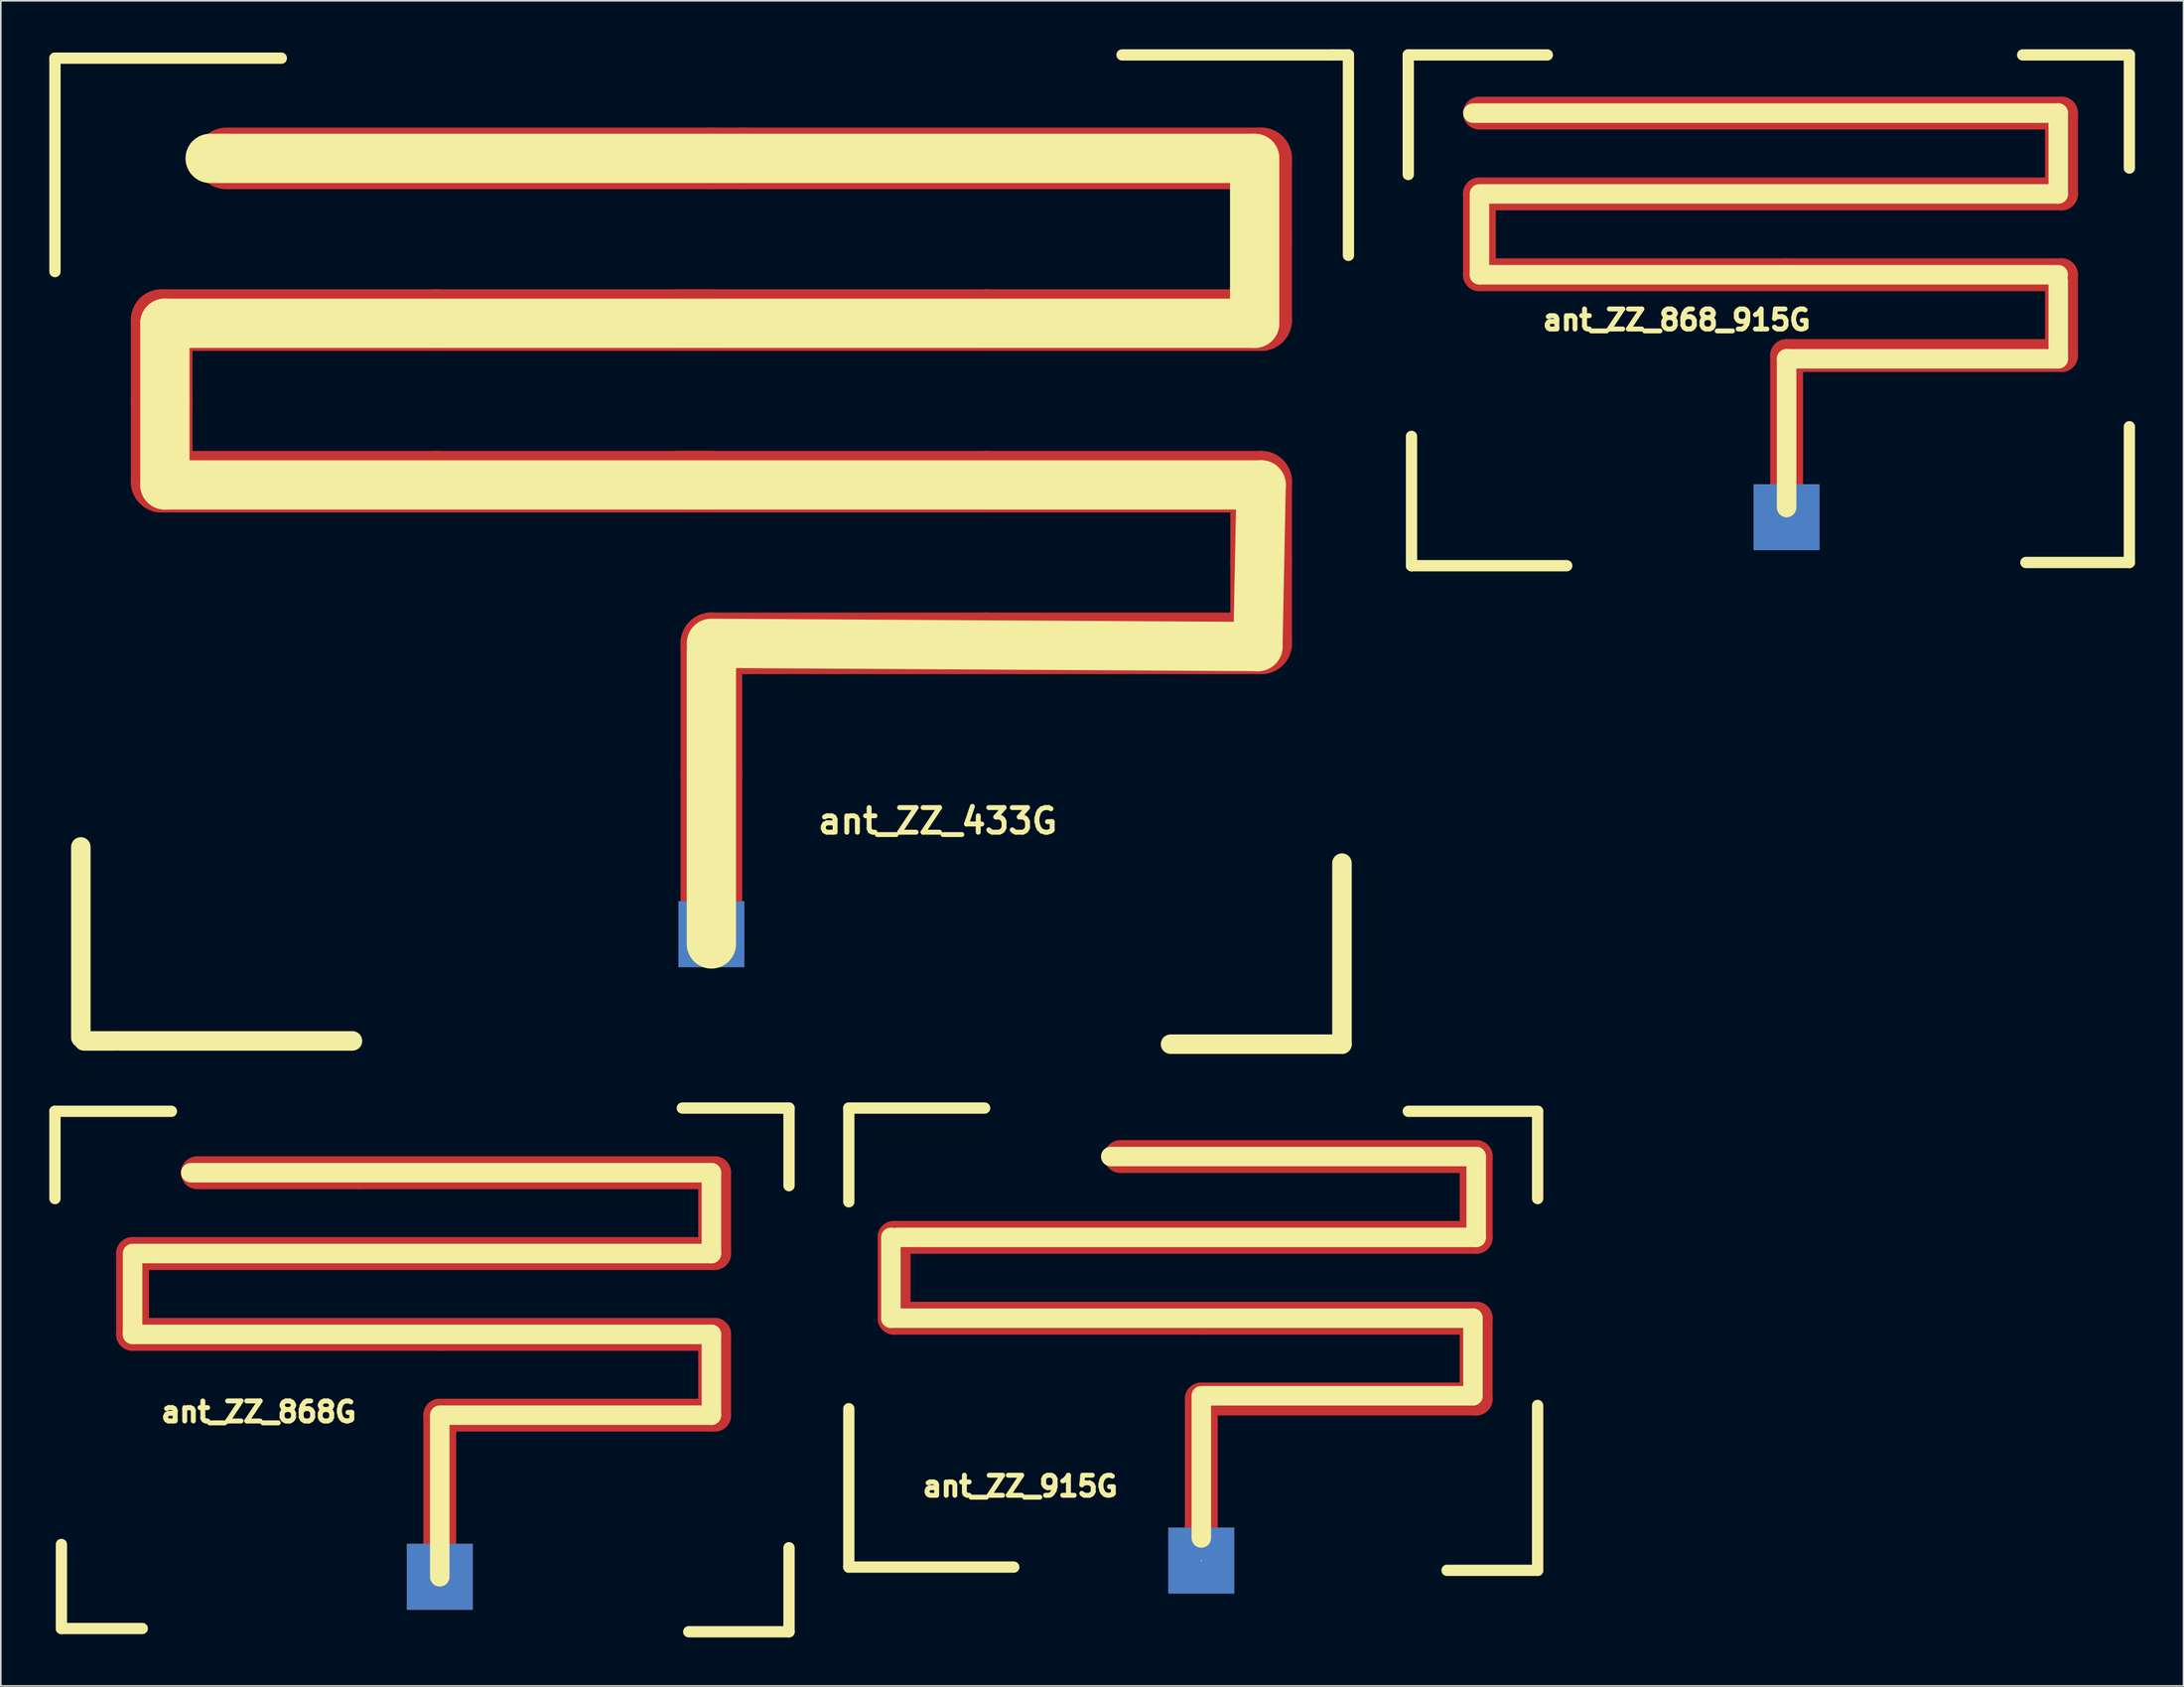
<source format=kicad_pcb>
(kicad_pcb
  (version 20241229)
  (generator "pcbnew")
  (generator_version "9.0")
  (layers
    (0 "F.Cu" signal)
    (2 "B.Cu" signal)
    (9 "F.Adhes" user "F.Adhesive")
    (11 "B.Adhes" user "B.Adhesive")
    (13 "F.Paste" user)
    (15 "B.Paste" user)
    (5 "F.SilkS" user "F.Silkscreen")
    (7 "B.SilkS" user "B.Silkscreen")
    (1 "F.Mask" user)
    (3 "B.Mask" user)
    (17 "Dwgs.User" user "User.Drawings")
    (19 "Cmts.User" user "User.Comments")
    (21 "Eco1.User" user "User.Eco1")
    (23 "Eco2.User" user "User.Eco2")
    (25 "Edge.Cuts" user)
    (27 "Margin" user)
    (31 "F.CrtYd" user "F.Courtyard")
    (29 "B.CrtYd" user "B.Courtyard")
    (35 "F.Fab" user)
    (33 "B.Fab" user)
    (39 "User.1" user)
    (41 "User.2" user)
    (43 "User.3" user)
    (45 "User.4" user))
  (footprint "ant_ZZ_915G"
    (layer "F.Cu")
    (at 71.249 91.502)
    (property "Reference" "ant_ZZ_915G" (at -11.199 -2.601 0) (layer "F.SilkS") (effects (font (size 1.24 1.24) (thickness 0.305))))
    (attr through_hole)
    (fp_line (start -18.999 -18.001) (end 17 -18.001) (stroke (width 2.032) (type solid)) (layer "F.Cu"))
    (fp_line (start -18.999 -13) (end -18.999 -18.001) (stroke (width 2.032) (type solid)) (layer "F.Cu"))
    (fp_line (start 0 -13) (end -18.999 -13) (stroke (width 2.032) (type solid)) (layer "F.Cu"))
    (fp_line (start 0 -8.001) (end 17 -8.001) (stroke (width 2.032) (type solid)) (layer "F.Cu"))
    (fp_line (start 0 0) (end 0 -8.001) (stroke (width 2.032) (type solid)) (layer "F.Cu"))
    (fp_line (start 17 -23) (end -5.001 -23) (stroke (width 2.032) (type solid)) (layer "F.Cu"))
    (fp_line (start 17 -18.001) (end 17 -23) (stroke (width 2.032) (type solid)) (layer "F.Cu"))
    (fp_line (start 17 -13) (end 0 -13) (stroke (width 2.032) (type solid)) (layer "F.Cu"))
    (fp_line (start 17 -8.001) (end 17 -13) (stroke (width 2.032) (type solid)) (layer "F.Cu"))
    (fp_line (start -21.801 -25.999) (end -13.401 -25.999) (stroke (width 0.699) (type solid)) (layer "F.SilkS"))
    (fp_line (start -21.801 -20.201) (end -21.801 -25.999) (stroke (width 0.699) (type solid)) (layer "F.SilkS"))
    (fp_line (start -21.801 2.4) (end -21.801 -7.399) (stroke (width 0.699) (type solid)) (layer "F.SilkS"))
    (fp_line (start -19.2 -18.001) (end -19.2 -13) (stroke (width 1.206) (type solid)) (layer "F.SilkS"))
    (fp_line (start -19.2 -13) (end 16.8 -13) (stroke (width 1.206) (type solid)) (layer "F.SilkS"))
    (fp_line (start -18.801 -18.001) (end -19.2 -18.001) (stroke (width 0.699) (type solid)) (layer "F.SilkS"))
    (fp_line (start -11.6 2.4) (end -21.801 2.4) (stroke (width 0.699) (type solid)) (layer "F.SilkS"))
    (fp_line (start -5.601 -23) (end 17 -23) (stroke (width 1.206) (type solid)) (layer "F.SilkS"))
    (fp_line (start 0 -8.199) (end 0 0.599) (stroke (width 1.206) (type solid)) (layer "F.SilkS"))
    (fp_line (start 0.201 -8.199) (end 0 -8.199) (stroke (width 0.699) (type solid)) (layer "F.SilkS"))
    (fp_line (start 15.199 2.601) (end 20.8 2.601) (stroke (width 0.699) (type solid)) (layer "F.SilkS"))
    (fp_line (start 16.8 -13) (end 16.8 -8.199) (stroke (width 1.206) (type solid)) (layer "F.SilkS"))
    (fp_line (start 16.8 -8.199) (end 0.201 -8.199) (stroke (width 1.206) (type solid)) (layer "F.SilkS"))
    (fp_line (start 17 -23) (end 17 -18.001) (stroke (width 1.206) (type solid)) (layer "F.SilkS"))
    (fp_line (start 17 -18.001) (end -18.801 -18.001) (stroke (width 1.206) (type solid)) (layer "F.SilkS"))
    (fp_line (start 20.8 -25.799) (end 12.799 -25.799) (stroke (width 0.699) (type solid)) (layer "F.SilkS"))
    (fp_line (start 20.8 -20.399) (end 20.8 -25.799) (stroke (width 0.699) (type solid)) (layer "F.SilkS"))
    (fp_line (start 20.8 2.601) (end 20.8 -7.6) (stroke (width 0.699) (type solid)) (layer "F.SilkS"))
    (pad "1" thru_hole rect (at 0 1.999) (size 4.079 4.079) (drill 0.061) (layers "*.Cu")))
  (footprint "ant_ZZ_433G"
    (layer "F.Cu")
    (at 40.949 52.749)
    (property "Reference" "ant_ZZ_433G" (at 14 -5.001 0) (layer "F.SilkS") (effects (font (size 1.524 1.524) (thickness 0.305))))
    (attr through_hole)
    (fp_line (start -34 -30.996) (end -34 -35.994) (stroke (width 3.81) (type solid)) (layer "F.Cu"))
    (fp_line (start -34 -25.997) (end -34 -30.996) (stroke (width 3.81) (type solid)) (layer "F.Cu"))
    (fp_line (start -33.998 -35.999) (end -16.998 -35.999) (stroke (width 3.81) (type solid)) (layer "F.Cu"))
    (fp_line (start -33.998 -25.999) (end -16.998 -25.999) (stroke (width 3.81) (type solid)) (layer "F.Cu"))
    (fp_line (start -16.998 -35.999) (end 0.003 -35.999) (stroke (width 3.81) (type solid)) (layer "F.Cu"))
    (fp_line (start -16.998 -25.999) (end 0.003 -25.999) (stroke (width 3.81) (type solid)) (layer "F.Cu"))
    (fp_line (start 0 -45.999) (end -30 -45.999) (stroke (width 3.81) (type solid)) (layer "F.Cu"))
    (fp_line (start 0 -15.999) (end 17 -15.999) (stroke (width 3.81) (type solid)) (layer "F.Cu"))
    (fp_line (start 0 -8.001) (end 0 -16.002) (stroke (width 3.81) (type solid)) (layer "F.Cu"))
    (fp_line (start 0 0) (end 0 -8.001) (stroke (width 3.81) (type solid)) (layer "F.Cu"))
    (fp_line (start 1.999 -45.999) (end 0 -45.999) (stroke (width 3.81) (type solid)) (layer "F.Cu"))
    (fp_line (start 1.999 -45.999) (end 34 -45.999) (stroke (width 3.81) (type solid)) (layer "F.Cu"))
    (fp_line (start 17 -35.999) (end -1.999 -35.999) (stroke (width 3.81) (type solid)) (layer "F.Cu"))
    (fp_line (start 17 -25.999) (end -1.999 -25.999) (stroke (width 3.81) (type solid)) (layer "F.Cu"))
    (fp_line (start 17 -15.999) (end 34 -15.999) (stroke (width 3.81) (type solid)) (layer "F.Cu"))
    (fp_line (start 34 -41.001) (end 34 -45.999) (stroke (width 3.81) (type solid)) (layer "F.Cu"))
    (fp_line (start 34 -35.999) (end 34 -40.998) (stroke (width 3.81) (type solid)) (layer "F.Cu"))
    (fp_line (start 34 -35.997) (end 17 -35.997) (stroke (width 3.81) (type solid)) (layer "F.Cu"))
    (fp_line (start 34 -25.997) (end 17 -25.997) (stroke (width 3.81) (type solid)) (layer "F.Cu"))
    (fp_line (start 34 -20.998) (end 34 -25.997) (stroke (width 3.81) (type solid)) (layer "F.Cu"))
    (fp_line (start 34 -15.999) (end 34 -20.998) (stroke (width 3.81) (type solid)) (layer "F.Cu"))
    (fp_line (start -40.599 -52.2) (end -26.599 -52.2) (stroke (width 0.699) (type solid)) (layer "F.SilkS"))
    (fp_line (start -40.599 -38.999) (end -40.599 -52.2) (stroke (width 0.699) (type solid)) (layer "F.SilkS"))
    (fp_line (start -38.999 8.4) (end -38.999 -3.401) (stroke (width 1.206) (type solid)) (layer "F.SilkS"))
    (fp_line (start -36.8 8.6) (end -38.801 8.6) (stroke (width 1.206) (type solid)) (layer "F.SilkS"))
    (fp_line (start -33.8 -35.799) (end 33.599 -35.799) (stroke (width 3.048) (type solid)) (layer "F.SilkS"))
    (fp_line (start -33.8 -25.799) (end -33.8 -35.799) (stroke (width 3.048) (type solid)) (layer "F.SilkS"))
    (fp_line (start -22.2 8.6) (end -36.599 8.6) (stroke (width 1.206) (type solid)) (layer "F.SilkS"))
    (fp_line (start 0 -15.999) (end 33.8 -15.799) (stroke (width 3.048) (type solid)) (layer "F.SilkS"))
    (fp_line (start 0 -15.601) (end 0 -15.999) (stroke (width 1.206) (type solid)) (layer "F.SilkS"))
    (fp_line (start 0 2.601) (end 0 -15.601) (stroke (width 3.048) (type solid)) (layer "F.SilkS"))
    (fp_line (start 25.4 -52.4) (end 38.4 -52.4) (stroke (width 0.699) (type solid)) (layer "F.SilkS"))
    (fp_line (start 28.4 8.801) (end 37.8 8.801) (stroke (width 1.206) (type solid)) (layer "F.SilkS"))
    (fp_line (start 33.599 -45.999) (end -31.001 -45.999) (stroke (width 3.048) (type solid)) (layer "F.SilkS"))
    (fp_line (start 33.599 -35.799) (end 33.599 -45.999) (stroke (width 3.048) (type solid)) (layer "F.SilkS"))
    (fp_line (start 33.8 -15.799) (end 34 -25.799) (stroke (width 3.048) (type solid)) (layer "F.SilkS"))
    (fp_line (start 34 -25.799) (end -33.8 -25.799) (stroke (width 3.048) (type solid)) (layer "F.SilkS"))
    (fp_line (start 37.8 8.801) (end 38.999 8.801) (stroke (width 1.206) (type solid)) (layer "F.SilkS"))
    (fp_line (start 38.4 -52.4) (end 39.4 -52.4) (stroke (width 0.699) (type solid)) (layer "F.SilkS"))
    (fp_line (start 38.999 8.801) (end 38.999 -2.4) (stroke (width 1.206) (type solid)) (layer "F.SilkS"))
    (fp_line (start 39.4 -52.4) (end 39.4 -40) (stroke (width 0.699) (type solid)) (layer "F.SilkS"))
    (pad "1" thru_hole rect (at 0 1.999) (size 4.079 4.079) (drill 0.061) (layers "*.Cu")))
  (footprint "ant_ZZ_868G"
    (layer "F.Cu")
    (at 24.149 92.503)
    (property "Reference" "ant_ZZ_868G" (at -11.199 -8.199 0) (layer "F.SilkS") (effects (font (size 1.24 1.24) (thickness 0.305))))
    (attr through_hole)
    (fp_line (start -18.999 -18.001) (end 17 -18.001) (stroke (width 2.032) (type solid)) (layer "F.Cu"))
    (fp_line (start -18.999 -13) (end -18.999 -18.001) (stroke (width 2.032) (type solid)) (layer "F.Cu"))
    (fp_line (start -5.001 -23) (end -15.001 -23) (stroke (width 2.032) (type solid)) (layer "F.Cu"))
    (fp_line (start 0 -13) (end -18.999 -13) (stroke (width 2.032) (type solid)) (layer "F.Cu"))
    (fp_line (start 0 -8.001) (end 17 -8.001) (stroke (width 2.032) (type solid)) (layer "F.Cu"))
    (fp_line (start 0 0) (end 0 -8.001) (stroke (width 2.032) (type solid)) (layer "F.Cu"))
    (fp_line (start 17 -23) (end -5.001 -23) (stroke (width 2.032) (type solid)) (layer "F.Cu"))
    (fp_line (start 17 -18.001) (end 17 -23) (stroke (width 2.032) (type solid)) (layer "F.Cu"))
    (fp_line (start 17 -13) (end 0 -13) (stroke (width 2.032) (type solid)) (layer "F.Cu"))
    (fp_line (start 17 -8.001) (end 17 -13) (stroke (width 2.032) (type solid)) (layer "F.Cu"))
    (fp_line (start -23.8 -26.8) (end -16.599 -26.8) (stroke (width 0.699) (type solid)) (layer "F.SilkS"))
    (fp_line (start -23.8 -21.399) (end -23.8 -26.8) (stroke (width 0.699) (type solid)) (layer "F.SilkS"))
    (fp_line (start -23.401 5.199) (end -23.401 0) (stroke (width 0.699) (type solid)) (layer "F.SilkS"))
    (fp_line (start -18.999 -18.001) (end 16.8 -18.001) (stroke (width 1.206) (type solid)) (layer "F.SilkS"))
    (fp_line (start -18.999 -17.8) (end -18.999 -18.001) (stroke (width 0.699) (type solid)) (layer "F.SilkS"))
    (fp_line (start -18.999 -13) (end -18.999 -17.8) (stroke (width 1.206) (type solid)) (layer "F.SilkS"))
    (fp_line (start -18.4 5.199) (end -23.401 5.199) (stroke (width 0.699) (type solid)) (layer "F.SilkS"))
    (fp_line (start 0 -8.001) (end 16.8 -8.001) (stroke (width 1.206) (type solid)) (layer "F.SilkS"))
    (fp_line (start 0 -7.8) (end 0 -8.001) (stroke (width 0.699) (type solid)) (layer "F.SilkS"))
    (fp_line (start 0 1.999) (end 0 -7.8) (stroke (width 1.206) (type solid)) (layer "F.SilkS"))
    (fp_line (start 15.001 -27) (end 21.199 -27) (stroke (width 0.699) (type solid)) (layer "F.SilkS"))
    (fp_line (start 15.4 5.4) (end 21.6 5.4) (stroke (width 0.699) (type solid)) (layer "F.SilkS"))
    (fp_line (start 16.8 -23) (end -15.4 -23) (stroke (width 1.206) (type solid)) (layer "F.SilkS"))
    (fp_line (start 16.8 -18.001) (end 16.8 -23) (stroke (width 1.206) (type solid)) (layer "F.SilkS"))
    (fp_line (start 16.8 -13) (end -18.999 -13) (stroke (width 1.206) (type solid)) (layer "F.SilkS"))
    (fp_line (start 16.8 -8.001) (end 16.8 -13) (stroke (width 1.206) (type solid)) (layer "F.SilkS"))
    (fp_line (start 21.199 -27) (end 21.6 -27) (stroke (width 0.699) (type solid)) (layer "F.SilkS"))
    (fp_line (start 21.6 -27) (end 21.6 -22.2) (stroke (width 0.699) (type solid)) (layer "F.SilkS"))
    (fp_line (start 21.6 5.4) (end 21.6 0.201) (stroke (width 0.699) (type solid)) (layer "F.SilkS"))
    (pad "1" thru_hole rect (at 0 1.999) (size 4.079 4.079) (drill 0.061) (layers "*.Cu")))
  (footprint "ant_ZZ_868_915G"
    (layer "F.Cu")
    (at 107.449 26.948)
    (property "Reference" "ant_ZZ_868_915G" (at -6.8 -10.201 0) (layer "F.SilkS") (effects (font (size 1.24 1.24) (thickness 0.305))))
    (attr through_hole)
    (fp_line (start -18.999 -18.001) (end 17 -18.001) (stroke (width 2.032) (type solid)) (layer "F.Cu"))
    (fp_line (start -18.999 -13) (end -18.999 -18.001) (stroke (width 2.032) (type solid)) (layer "F.Cu"))
    (fp_line (start 0 -13) (end -18.999 -13) (stroke (width 2.032) (type solid)) (layer "F.Cu"))
    (fp_line (start 0 -8.001) (end 17 -8.001) (stroke (width 2.032) (type solid)) (layer "F.Cu"))
    (fp_line (start 0 0) (end 0 -8.001) (stroke (width 2.032) (type solid)) (layer "F.Cu"))
    (fp_line (start 17 -23) (end -18.999 -23) (stroke (width 2.032) (type solid)) (layer "F.Cu"))
    (fp_line (start 17 -18.001) (end 17 -23) (stroke (width 2.032) (type solid)) (layer "F.Cu"))
    (fp_line (start 17 -13) (end 0 -13) (stroke (width 2.032) (type solid)) (layer "F.Cu"))
    (fp_line (start 17 -8.001) (end 17 -13) (stroke (width 2.032) (type solid)) (layer "F.Cu"))
    (fp_line (start -23.401 -26.599) (end -23.401 -19.2) (stroke (width 0.699) (type solid)) (layer "F.SilkS"))
    (fp_line (start -23.2 -3) (end -23.2 5.001) (stroke (width 0.699) (type solid)) (layer "F.SilkS"))
    (fp_line (start -23.2 5.001) (end -13.599 5.001) (stroke (width 0.699) (type solid)) (layer "F.SilkS"))
    (fp_line (start -18.999 -18.001) (end 16.8 -18.001) (stroke (width 1.206) (type solid)) (layer "F.SilkS"))
    (fp_line (start -18.999 -17.8) (end -18.999 -18.001) (stroke (width 0.699) (type solid)) (layer "F.SilkS"))
    (fp_line (start -18.999 -13) (end -18.999 -17.8) (stroke (width 1.206) (type solid)) (layer "F.SilkS"))
    (fp_line (start -14.801 -26.599) (end -23.401 -26.599) (stroke (width 0.699) (type solid)) (layer "F.SilkS"))
    (fp_line (start 0 -7.8) (end 16.8 -7.8) (stroke (width 1.206) (type solid)) (layer "F.SilkS"))
    (fp_line (start 0 1.4) (end 0 -7.8) (stroke (width 1.206) (type solid)) (layer "F.SilkS"))
    (fp_line (start 14.6 -26.599) (end 21.199 -26.599) (stroke (width 0.699) (type solid)) (layer "F.SilkS"))
    (fp_line (start 16.8 -23) (end -19.401 -23) (stroke (width 1.206) (type solid)) (layer "F.SilkS"))
    (fp_line (start 16.8 -18.001) (end 16.8 -23) (stroke (width 1.206) (type solid)) (layer "F.SilkS"))
    (fp_line (start 16.8 -13) (end -18.999 -13) (stroke (width 1.206) (type solid)) (layer "F.SilkS"))
    (fp_line (start 16.8 -12.601) (end 16.8 -13) (stroke (width 0.699) (type solid)) (layer "F.SilkS"))
    (fp_line (start 16.8 -7.8) (end 16.8 -12.601) (stroke (width 1.206) (type solid)) (layer "F.SilkS"))
    (fp_line (start 21.199 -26.599) (end 21.199 -19.601) (stroke (width 0.699) (type solid)) (layer "F.SilkS"))
    (fp_line (start 21.199 -3.599) (end 21.199 4.801) (stroke (width 0.699) (type solid)) (layer "F.SilkS"))
    (fp_line (start 21.199 4.801) (end 14.801 4.801) (stroke (width 0.699) (type solid)) (layer "F.SilkS"))
    (pad "1" thru_hole rect (at 0 1.999) (size 4.079 4.079) (drill 0.061) (layers "*.Cu")))
  (gr_rect
    (start -3 -3)
    (end 131.997 101.253)
    (stroke (width 0.1) (type default))
    (fill no)
    (layer "Edge.Cuts")))
</source>
